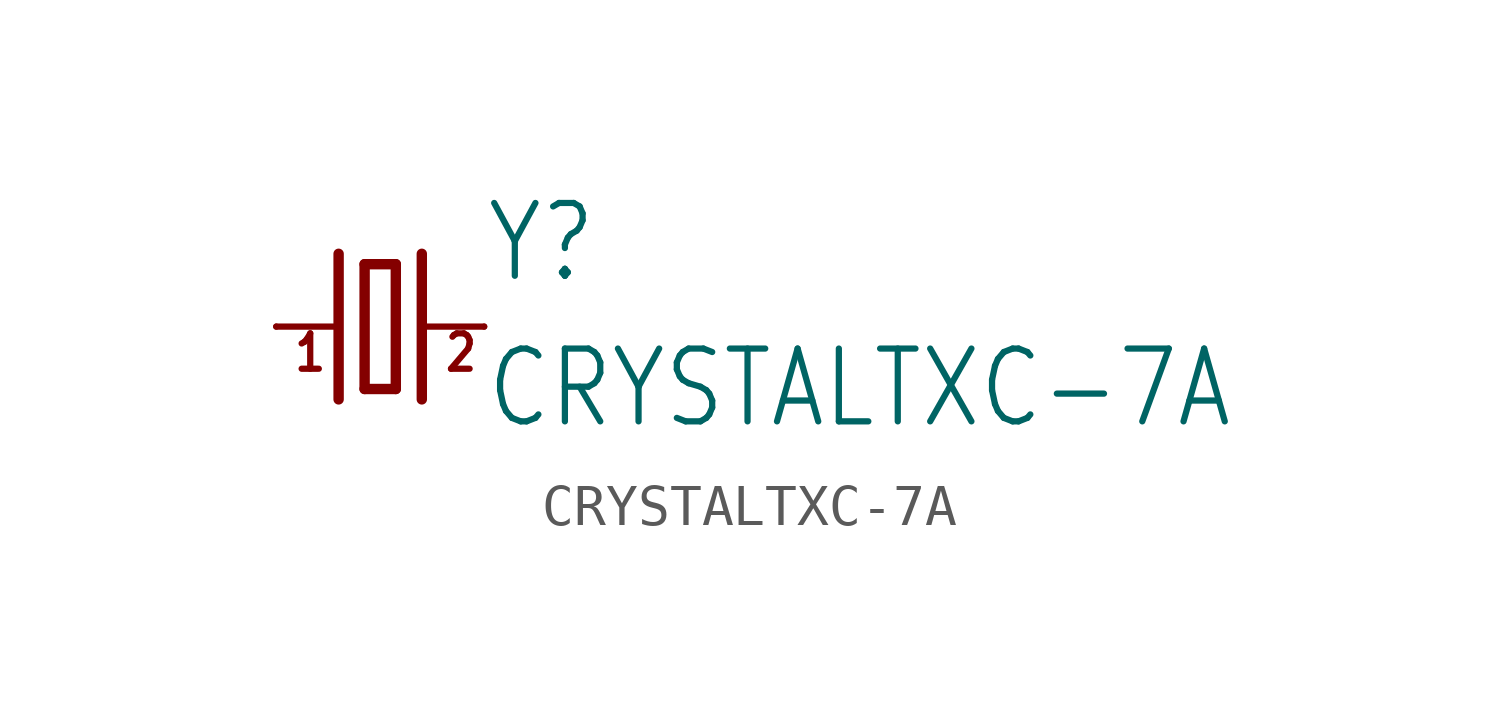
<source format=kicad_sym>
(kicad_symbol_lib
  (version 20211014)
  (generator kicad_symbol_editor)
  (symbol "CRYSTALTXC-7A"
    (property "Reference" "Y"
      (at 2.54 1.016 0)
      (effects (font (size 1.778 1.511)) (justify left bottom)))
    (property "Value" "CRYSTALTXC-7A"
      (at 2.54 -2.54 0)
      (effects (font (size 1.778 1.511)) (justify left bottom)))
    (property "ki_locked" ""
      (at 0 0 0)
      (effects (font (size 1.27 1.27))))
    (symbol "CRYSTALTXC-7A_1_0"
      (polyline (pts (xy -2.54 0) (xy -1.016 0)) (stroke (width 0.152) (type default) (color 0 0 0 0)) (fill (type none)))
      (polyline (pts (xy -1.016 1.778) (xy -1.016 -1.778)) (stroke (width 0.254) (type default) (color 0 0 0 0)) (fill (type none)))
      (polyline (pts (xy -0.381 -1.524) (xy 0.381 -1.524)) (stroke (width 0.254) (type default) (color 0 0 0 0)) (fill (type none)))
      (polyline (pts (xy -0.381 1.524) (xy -0.381 -1.524)) (stroke (width 0.254) (type default) (color 0 0 0 0)) (fill (type none)))
      (polyline (pts (xy 0.381 -1.524) (xy 0.381 1.524)) (stroke (width 0.254) (type default) (color 0 0 0 0)) (fill (type none)))
      (polyline (pts (xy 0.381 1.524) (xy -0.381 1.524)) (stroke (width 0.254) (type default) (color 0 0 0 0)) (fill (type none)))
      (polyline (pts (xy 1.016 0) (xy 2.54 0)) (stroke (width 0.152) (type default) (color 0 0 0 0)) (fill (type none)))
      (polyline (pts (xy 1.016 1.778) (xy 1.016 -1.778)) (stroke (width 0.254) (type default) (color 0 0 0 0)) (fill (type none)))
      (text "1" (at -2.159 -1.143 0) (effects (font (size 0.864 0.734)) (justify left bottom)))
      (text "2" (at 1.524 -1.143 0) (effects (font (size 0.864 0.734)) (justify left bottom)))
      (pin passive line (at -2.54 0 0) (length 0) (name "1" (effects (font (size 0 0)))) (number "P$1" (effects (font (size 0 0)))))
      (pin passive line (at 2.54 0 180) (length 0) (name "2" (effects (font (size 0 0)))) (number "P$2" (effects (font (size 0 0))))))))
</source>
